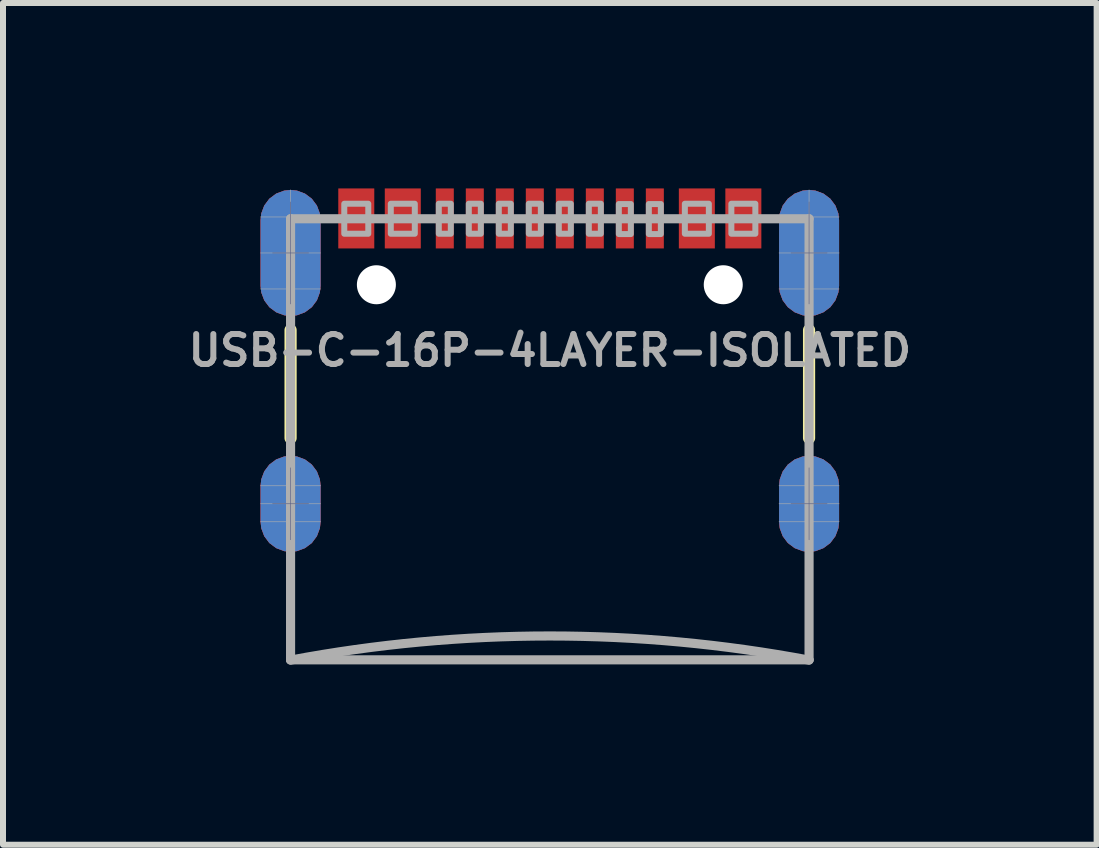
<source format=kicad_pcb>
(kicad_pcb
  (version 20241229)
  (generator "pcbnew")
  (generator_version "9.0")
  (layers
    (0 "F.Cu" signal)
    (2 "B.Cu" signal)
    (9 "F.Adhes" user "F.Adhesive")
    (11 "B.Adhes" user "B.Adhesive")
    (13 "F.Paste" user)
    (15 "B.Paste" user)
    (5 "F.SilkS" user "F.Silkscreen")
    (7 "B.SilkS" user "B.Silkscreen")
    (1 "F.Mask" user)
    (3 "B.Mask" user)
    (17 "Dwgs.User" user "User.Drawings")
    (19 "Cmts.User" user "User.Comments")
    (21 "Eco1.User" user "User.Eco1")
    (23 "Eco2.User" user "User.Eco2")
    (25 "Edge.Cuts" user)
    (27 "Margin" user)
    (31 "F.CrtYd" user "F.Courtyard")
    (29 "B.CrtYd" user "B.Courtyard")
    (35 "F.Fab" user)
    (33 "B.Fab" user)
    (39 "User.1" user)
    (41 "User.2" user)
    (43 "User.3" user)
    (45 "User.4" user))
  (footprint "USB-C-16P-4LAYER-ISOLATED"
    (layer "F.Cu")
    (at 6.112 0.25)
    (property "Reference" "USB-C-16P-4LAYER-ISOLATED" (at 0 2.54 0) (layer "F.Fab") (effects (font (size 0.5 0.5) (thickness 0.1) (bold yes))))
    (fp_poly (pts (xy -4.169 -0.226) (xy -4.026 -0.173) (xy -3.902 -0.085) (xy -3.804 0.032) (xy -3.741 0.17) (xy -3.715 0.32) (xy -3.715 1.52) (xy -3.742 1.669) (xy -3.806 1.805) (xy -3.904 1.92) (xy -4.028 2.007) (xy -4.17 2.058) (xy -4.32 2.07) (xy -4.47 2.058) (xy -4.612 2.007) (xy -4.736 1.92) (xy -4.834 1.805) (xy -4.925 1.521) (xy -4.925 0.32) (xy -4.899 0.17) (xy -4.836 0.032) (xy -4.738 -0.085) (xy -4.614 -0.174) (xy -4.32 -0.24)) (stroke (width 0) (type default)) (fill yes) (layer "F.Mask"))
    (fp_poly (pts (xy -4.163 4.211) (xy -4.017 4.273) (xy -3.891 4.37) (xy -3.795 4.496) (xy -3.735 4.643) (xy -3.715 4.8) (xy -3.715 5.4) (xy -3.736 5.556) (xy -3.797 5.701) (xy -3.893 5.825) (xy -4.018 5.921) (xy -4.164 5.98) (xy -4.32 6) (xy -4.476 5.98) (xy -4.622 5.921) (xy -4.747 5.825) (xy -4.843 5.701) (xy -4.925 5.401) (xy -4.925 4.8) (xy -4.905 4.643) (xy -4.845 4.496) (xy -4.749 4.37) (xy -4.623 4.272) (xy -4.32 4.19)) (stroke (width 0) (type default)) (fill yes) (layer "F.Mask"))
    (fp_poly (pts (xy 4.471 -0.226) (xy 4.614 -0.173) (xy 4.738 -0.085) (xy 4.836 0.032) (xy 4.899 0.17) (xy 4.925 0.32) (xy 4.925 1.52) (xy 4.898 1.669) (xy 4.834 1.805) (xy 4.736 1.92) (xy 4.612 2.007) (xy 4.47 2.058) (xy 4.32 2.07) (xy 4.17 2.058) (xy 4.028 2.007) (xy 3.904 1.92) (xy 3.806 1.805) (xy 3.715 1.521) (xy 3.715 0.32) (xy 3.741 0.17) (xy 3.804 0.032) (xy 3.902 -0.085) (xy 4.026 -0.174) (xy 4.32 -0.24)) (stroke (width 0) (type default)) (fill yes) (layer "F.Mask"))
    (fp_poly (pts (xy 4.477 4.211) (xy 4.623 4.273) (xy 4.749 4.37) (xy 4.845 4.496) (xy 4.905 4.643) (xy 4.925 4.8) (xy 4.925 5.4) (xy 4.904 5.556) (xy 4.843 5.701) (xy 4.747 5.825) (xy 4.622 5.921) (xy 4.476 5.98) (xy 4.32 6) (xy 4.164 5.98) (xy 4.018 5.921) (xy 3.893 5.825) (xy 3.797 5.701) (xy 3.715 5.401) (xy 3.715 4.8) (xy 3.735 4.643) (xy 3.795 4.496) (xy 3.891 4.37) (xy 4.017 4.272) (xy 4.32 4.19)) (stroke (width 0) (type default)) (fill yes) (layer "F.Mask"))
    (fp_line (start -4.32 2.2) (end -4.32 4) (stroke (width 0.203) (type solid)) (layer "F.SilkS"))
    (fp_line (start 4.32 2.2) (end 4.32 4) (stroke (width 0.203) (type solid)) (layer "F.SilkS"))
    (fp_poly (pts (xy -4.219 -0.146) (xy -4.094 -0.103) (xy -3.984 -0.029) (xy -3.898 0.071) (xy -3.84 0.19) (xy -3.815 0.32) (xy -3.815 1.521) (xy -3.854 1.668) (xy -3.937 1.796) (xy -4.056 1.892) (xy -4.35 1.955) (xy -4.491 1.939) (xy -4.621 1.88) (xy -4.727 1.784) (xy -4.825 1.521) (xy -4.825 0.32) (xy -4.802 0.173) (xy -4.734 0.041) (xy -4.629 -0.065) (xy -4.351 -0.155)) (stroke (width 0) (type default)) (fill yes) (layer "F.Paste"))
    (fp_poly (pts (xy -4.147 4.322) (xy -4.011 4.395) (xy -3.903 4.507) (xy -3.815 4.799) (xy -3.815 5.4) (xy -3.836 5.553) (xy -3.904 5.693) (xy -4.011 5.805) (xy -4.299 5.905) (xy -4.434 5.89) (xy -4.559 5.841) (xy -4.667 5.761) (xy -4.751 5.656) (xy -4.825 5.401) (xy -4.825 4.8) (xy -4.805 4.667) (xy -4.751 4.544) (xy -4.667 4.439) (xy -4.559 4.359) (xy -4.3 4.295)) (stroke (width 0) (type default)) (fill yes) (layer "F.Paste"))
    (fp_poly (pts (xy 4.43 -0.145) (xy 4.553 -0.101) (xy 4.661 -0.026) (xy 4.745 0.073) (xy 4.801 0.191) (xy 4.825 0.32) (xy 4.825 1.521) (xy 4.787 1.667) (xy 4.707 1.794) (xy 4.59 1.89) (xy 4.3 1.955) (xy 4.164 1.949) (xy 4.035 1.902) (xy 3.927 1.816) (xy 3.815 1.571) (xy 3.815 0.37) (xy 3.827 0.239) (xy 3.873 0.115) (xy 3.949 0.007) (xy 4.05 -0.077) (xy 4.299 -0.155)) (stroke (width 0) (type default)) (fill yes) (layer "F.Paste"))
    (fp_poly (pts (xy 4.434 4.31) (xy 4.559 4.359) (xy 4.667 4.439) (xy 4.751 4.544) (xy 4.805 4.667) (xy 4.825 4.8) (xy 4.825 5.4) (xy 4.806 5.552) (xy 4.74 5.691) (xy 4.635 5.803) (xy 4.351 5.905) (xy 4.221 5.899) (xy 4.097 5.859) (xy 3.989 5.789) (xy 3.901 5.692) (xy 3.815 5.451) (xy 3.815 4.85) (xy 3.824 4.715) (xy 3.867 4.586) (xy 3.942 4.472) (xy 4.045 4.382) (xy 4.299 4.295)) (stroke (width 0) (type default)) (fill yes) (layer "F.Paste"))
    (fp_line (start -4.62 0.915) (end -4.02 0.915) (stroke (width 0.01) (type solid)) (layer "B.Fab"))
    (fp_line (start -4.62 5.095) (end -4.02 5.095) (stroke (width 0.01) (type solid)) (layer "B.Fab"))
    (fp_line (start -4.32 0.065) (end -4.32 1.765) (stroke (width 0.01) (type solid)) (layer "B.Fab"))
    (fp_line (start -4.32 4.495) (end -4.32 5.695) (stroke (width 0.01) (type solid)) (layer "B.Fab"))
    (fp_line (start 4.02 0.915) (end 4.62 0.915) (stroke (width 0.01) (type solid)) (layer "B.Fab"))
    (fp_line (start 4.02 5.095) (end 4.62 5.095) (stroke (width 0.01) (type solid)) (layer "B.Fab"))
    (fp_line (start 4.32 0.065) (end 4.32 1.765) (stroke (width 0.01) (type solid)) (layer "B.Fab"))
    (fp_line (start 4.32 4.495) (end 4.32 5.695) (stroke (width 0.01) (type solid)) (layer "B.Fab"))
    (fp_line (start -4.82 0.315) (end -3.82 0.315) (stroke (width 0.01) (type solid)) (layer "F.Fab"))
    (fp_line (start -4.82 0.915) (end -3.82 0.915) (stroke (width 0.01) (type solid)) (layer "F.Fab"))
    (fp_line (start -4.82 1.515) (end -3.82 1.515) (stroke (width 0.01) (type solid)) (layer "F.Fab"))
    (fp_line (start -4.82 4.795) (end -3.82 4.795) (stroke (width 0.01) (type solid)) (layer "F.Fab"))
    (fp_line (start -4.82 5.095) (end -3.82 5.095) (stroke (width 0.01) (type solid)) (layer "F.Fab"))
    (fp_line (start -4.82 5.395) (end -3.82 5.395) (stroke (width 0.01) (type solid)) (layer "F.Fab"))
    (fp_line (start -4.32 -0.135) (end -4.32 0.345) (stroke (width 0.01) (type solid)) (layer "F.Fab"))
    (fp_line (start -4.32 0.345) (end -4.32 1.965) (stroke (width 0.01) (type solid)) (layer "F.Fab"))
    (fp_line (start -4.32 0.345) (end 4.32 0.345) (stroke (width 0.152) (type solid)) (layer "F.Fab"))
    (fp_line (start -4.32 4.295) (end -4.32 5.895) (stroke (width 0.01) (type solid)) (layer "F.Fab"))
    (fp_line (start -4.32 7.695) (end -4.32 0.345) (stroke (width 0.152) (type solid)) (layer "F.Fab"))
    (fp_line (start -4.32 7.695) (end 4.32 7.695) (stroke (width 0.152) (type solid)) (layer "F.Fab"))
    (fp_line (start 3.82 0.315) (end 4.82 0.315) (stroke (width 0.01) (type solid)) (layer "F.Fab"))
    (fp_line (start 3.82 0.915) (end 4.82 0.915) (stroke (width 0.01) (type solid)) (layer "F.Fab"))
    (fp_line (start 3.82 1.515) (end 4.82 1.515) (stroke (width 0.01) (type solid)) (layer "F.Fab"))
    (fp_line (start 3.82 4.795) (end 4.82 4.795) (stroke (width 0.01) (type solid)) (layer "F.Fab"))
    (fp_line (start 3.82 5.095) (end 4.82 5.095) (stroke (width 0.01) (type solid)) (layer "F.Fab"))
    (fp_line (start 3.82 5.395) (end 4.82 5.395) (stroke (width 0.01) (type solid)) (layer "F.Fab"))
    (fp_line (start 4.32 -0.135) (end 4.32 0.345) (stroke (width 0.01) (type solid)) (layer "F.Fab"))
    (fp_line (start 4.32 0.345) (end 4.32 1.965) (stroke (width 0.01) (type solid)) (layer "F.Fab"))
    (fp_line (start 4.32 0.345) (end 4.32 7.695) (stroke (width 0.152) (type solid)) (layer "F.Fab"))
    (fp_line (start 4.32 4.295) (end 4.32 5.895) (stroke (width 0.01) (type solid)) (layer "F.Fab"))
    (fp_arc (start -4.32 7.7) (mid 0 7.297675) (end 4.32 7.7) (stroke (width 0.1524) (type solid)) (layer "F.Fab"))
    (fp_poly (pts (xy -3.425 0.595) (xy -3.025 0.595) (xy -3.025 0.095) (xy -3.425 0.095)) (stroke (width 0.1) (type default)) (fill no) (layer "F.Fab"))
    (fp_poly (pts (xy -2.65 0.595) (xy -2.25 0.595) (xy -2.25 0.095) (xy -2.65 0.095)) (stroke (width 0.1) (type default)) (fill no) (layer "F.Fab"))
    (fp_poly (pts (xy -1.85 0.595) (xy -1.65 0.595) (xy -1.65 0.095) (xy -1.85 0.095)) (stroke (width 0.1) (type default)) (fill no) (layer "F.Fab"))
    (fp_poly (pts (xy -1.35 0.595) (xy -1.15 0.595) (xy -1.15 0.095) (xy -1.35 0.095)) (stroke (width 0.1) (type default)) (fill no) (layer "F.Fab"))
    (fp_poly (pts (xy -0.85 0.595) (xy -0.65 0.595) (xy -0.65 0.095) (xy -0.85 0.095)) (stroke (width 0.1) (type default)) (fill no) (layer "F.Fab"))
    (fp_poly (pts (xy -0.35 0.595) (xy -0.15 0.595) (xy -0.15 0.095) (xy -0.35 0.095)) (stroke (width 0.1) (type default)) (fill no) (layer "F.Fab"))
    (fp_poly (pts (xy 0.15 0.595) (xy 0.35 0.595) (xy 0.35 0.095) (xy 0.15 0.095)) (stroke (width 0.1) (type default)) (fill no) (layer "F.Fab"))
    (fp_poly (pts (xy 0.65 0.595) (xy 0.85 0.595) (xy 0.85 0.095) (xy 0.65 0.095)) (stroke (width 0.1) (type default)) (fill no) (layer "F.Fab"))
    (fp_poly (pts (xy 1.15 0.6) (xy 1.35 0.6) (xy 1.35 0.1) (xy 1.15 0.1)) (stroke (width 0.1) (type default)) (fill no) (layer "F.Fab"))
    (fp_poly (pts (xy 1.65 0.6) (xy 1.85 0.6) (xy 1.85 0.1) (xy 1.65 0.1)) (stroke (width 0.1) (type default)) (fill no) (layer "F.Fab"))
    (fp_poly (pts (xy 2.25 0.595) (xy 2.65 0.595) (xy 2.65 0.095) (xy 2.25 0.095)) (stroke (width 0.1) (type default)) (fill no) (layer "F.Fab"))
    (fp_poly (pts (xy 3.025 0.595) (xy 3.425 0.595) (xy 3.425 0.095) (xy 3.025 0.095)) (stroke (width 0.1) (type default)) (fill no) (layer "F.Fab"))
    (pad "" np_thru_hole circle (at -2.89 1.445) (size 0.65 0.65) (drill 0.65) (layers "*.Cu" "*.Mask"))
    (pad "" np_thru_hole circle (at 2.89 1.445) (size 0.65 0.65) (drill 0.65) (layers "*.Cu" "*.Mask"))
    (pad "A5" smd rect (at -1.25 0.34 180) (size 0.3 1) (layers "F.Cu" "F.Mask" "F.Paste"))
    (pad "A6" smd rect (at -0.25 0.34 180) (size 0.3 1) (layers "F.Cu" "F.Mask" "F.Paste"))
    (pad "A7" smd rect (at 0.25 0.34) (size 0.3 1) (layers "F.Cu" "F.Mask" "F.Paste"))
    (pad "A8" smd rect (at 1.25 0.34) (size 0.3 1) (layers "F.Cu" "F.Mask" "F.Paste"))
    (pad "B5" smd rect (at 1.75 0.34) (size 0.3 1) (layers "F.Cu" "F.Mask" "F.Paste"))
    (pad "B6" smd rect (at 0.75 0.34) (size 0.3 1) (layers "F.Cu" "F.Mask" "F.Paste"))
    (pad "B7" smd rect (at -0.75 0.34 180) (size 0.3 1) (layers "F.Cu" "F.Mask" "F.Paste"))
    (pad "B8" smd rect (at -1.75 0.34 180) (size 0.3 1) (layers "F.Cu" "F.Mask" "F.Paste"))
    (pad "GND" smd rect (at -3.225 0.34 180) (size 0.6 1) (layers "F.Cu" "F.Mask" "F.Paste"))
    (pad "GND2" smd rect (at 3.225 0.34) (size 0.6 1) (layers "F.Cu" "F.Mask" "F.Paste"))
    (pad "SHLD1" smd roundrect (at -4.32 0.915 180) (size 1 2.1) (layers "F.Cu") (roundrect_rratio 0.5))
    (pad "SHLD2" smd roundrect (at 4.32 0.915 180) (size 1 2.1) (layers "F.Cu") (roundrect_rratio 0.5))
    (pad "SHLD3" smd roundrect (at -4.32 0.915) (size 1 2.1) (layers "*.Cu" "*.Mask") (roundrect_rratio 0.5))
    (pad "SHLD4" smd roundrect (at 4.32 0.915) (size 1 2.1) (layers "*.Cu" "*.Mask") (roundrect_rratio 0.5))
    (pad "SHLD5" smd roundrect (at -4.32 5.095 180) (size 1 1.6) (layers "F.Cu") (roundrect_rratio 0.5))
    (pad "SHLD6" smd roundrect (at -4.32 5.095) (size 1 1.6) (layers "*.Cu" "*.Mask") (roundrect_rratio 0.5))
    (pad "SHLD7" smd roundrect (at 4.32 5.095) (size 1 1.6) (layers "*.Cu" "*.Mask") (roundrect_rratio 0.5))
    (pad "SHLD8" smd roundrect (at 4.32 5.095 180) (size 1 1.6) (layers "F.Cu") (roundrect_rratio 0.5))
    (pad "VBUS1" smd rect (at -2.45 0.34 180) (size 0.6 1) (layers "F.Cu" "F.Mask" "F.Paste"))
    (pad "VBUS2" smd rect (at 2.45 0.34) (size 0.6 1) (layers "F.Cu" "F.Mask" "F.Paste"))
    (zone (net_name "") (layer "B.Cu") (hatch edge 0.5) (connect_pads) (min_thickness 0.25) (filled_areas_thickness no) (keepout (tracks allowed) (vias allowed) (pads allowed) (copperpour not_allowed) (footprints allowed)) (placement (enabled no)) (fill) (polygon (pts (xy 1.312 0.15) (xy 2.312 0.15) (xy 2.312 2.25) (xy 1.312 2.25))))
    (zone (net_name "") (layer "B.Cu") (hatch edge 0.5) (connect_pads) (min_thickness 0.25) (filled_areas_thickness no) (keepout (tracks allowed) (vias allowed) (pads allowed) (copperpour not_allowed) (footprints allowed)) (placement (enabled no)) (fill) (polygon (pts (xy 1.312 4.55) (xy 2.312 4.55) (xy 2.312 6.15) (xy 1.312 6.15))))
    (zone (net_name "") (layer "B.Cu") (hatch edge 0.5) (connect_pads) (min_thickness 0.25) (filled_areas_thickness no) (keepout (tracks allowed) (vias allowed) (pads allowed) (copperpour not_allowed) (footprints allowed)) (placement (enabled no)) (fill) (polygon (pts (xy 9.912 0.15) (xy 10.912 0.15) (xy 10.912 2.25) (xy 9.912 2.25))))
    (zone (net_name "") (layer "B.Cu") (hatch edge 0.5) (connect_pads) (min_thickness 0.25) (filled_areas_thickness no) (keepout (tracks allowed) (vias allowed) (pads allowed) (copperpour not_allowed) (footprints allowed)) (placement (enabled no)) (fill) (polygon (pts (xy 9.912 4.55) (xy 10.912 4.55) (xy 10.912 6.15) (xy 9.912 6.15))))
    (zone (net_name "") (layer "In2.Cu") (hatch edge 0.5) (connect_pads) (min_thickness 0.25) (filled_areas_thickness no) (keepout (tracks allowed) (vias allowed) (pads allowed) (copperpour not_allowed) (footprints allowed)) (placement (enabled no)) (fill) (polygon (pts (xy 1.312 0.15) (xy 2.312 0.15) (xy 2.312 2.25) (xy 1.312 2.25))))
    (zone (net_name "") (layer "In2.Cu") (hatch edge 0.5) (connect_pads) (min_thickness 0.25) (filled_areas_thickness no) (keepout (tracks allowed) (vias allowed) (pads allowed) (copperpour not_allowed) (footprints allowed)) (placement (enabled no)) (fill) (polygon (pts (xy 1.312 4.55) (xy 2.312 4.55) (xy 2.312 6.15) (xy 1.312 6.15))))
    (zone (net_name "") (layer "In2.Cu") (hatch edge 0.5) (connect_pads) (min_thickness 0.25) (filled_areas_thickness no) (keepout (tracks allowed) (vias allowed) (pads allowed) (copperpour not_allowed) (footprints allowed)) (placement (enabled no)) (fill) (polygon (pts (xy 9.912 4.55) (xy 10.912 4.55) (xy 10.912 6.15) (xy 9.912 6.15))))
    (zone (net_name "") (layer "In2.Cu") (hatch edge 0.5) (connect_pads) (min_thickness 0.25) (filled_areas_thickness no) (keepout (tracks allowed) (vias allowed) (pads allowed) (copperpour not_allowed) (footprints allowed)) (placement (enabled no)) (fill) (polygon (pts (xy 9.912 0.15) (xy 10.912 0.15) (xy 10.912 2.15) (xy 10.912 2.25) (xy 9.912 2.25)))))
  (gr_rect
    (start -3 -3)
    (end 15.224 11.026)
    (stroke (width 0.1) (type default))
    (fill no)
    (layer "Edge.Cuts")))
</source>
